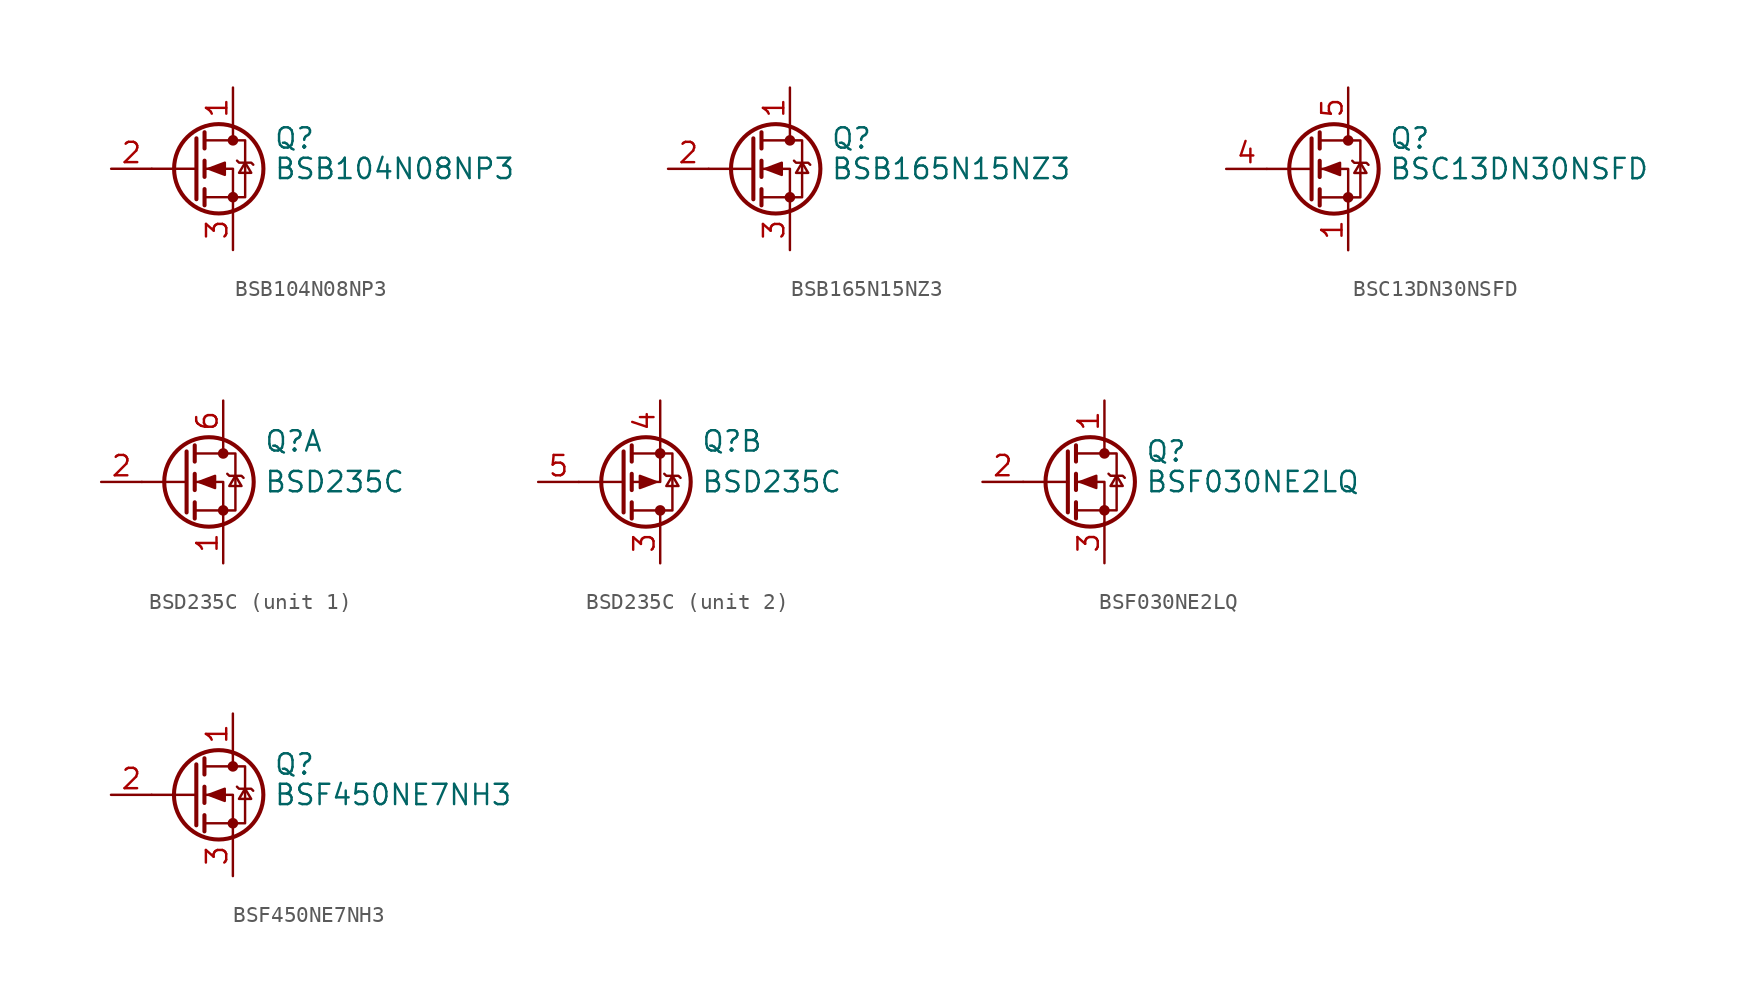
<source format=kicad_sym>
(kicad_symbol_lib
  (version 20241209)
  (generator "kicad_symbol_editor")
  (generator_version "9.0")
  (symbol "BSB104N08NP3"
    (pin_names
      (hide yes))
    (property "Reference" "Q"
      (at 5.08 1.905 0)
      (effects (font (size 1.27 1.27)) (justify left)))
    (property "Value" "BSB104N08NP3"
      (at 5.08 0 0)
      (effects (font (size 1.27 1.27)) (justify left)))
    (symbol "BSB104N08NP3_0_1"
      (polyline (pts (xy 0.254 1.905) (xy 0.254 -1.905)) (stroke (width 0.254) (type default)) (fill (type none)))
      (polyline (pts (xy 0.254 0) (xy -2.54 0)) (stroke (width 0) (type default)) (fill (type none)))
      (polyline (pts (xy 0.762 2.286) (xy 0.762 1.27)) (stroke (width 0.254) (type default)) (fill (type none)))
      (polyline (pts (xy 0.762 0.508) (xy 0.762 -0.508)) (stroke (width 0.254) (type default)) (fill (type none)))
      (polyline (pts (xy 0.762 -1.27) (xy 0.762 -2.286)) (stroke (width 0.254) (type default)) (fill (type none)))
      (polyline (pts (xy 0.762 -1.778) (xy 3.302 -1.778) (xy 3.302 1.778) (xy 0.762 1.778)) (stroke (width 0) (type default)) (fill (type none)))
      (polyline (pts (xy 1.016 0) (xy 2.032 0.381) (xy 2.032 -0.381) (xy 1.016 0)) (stroke (width 0) (type default)) (fill (type outline)))
      (circle (center 1.651 0) (radius 2.794) (stroke (width 0.254) (type default)) (fill (type none)))
      (polyline (pts (xy 2.54 2.54) (xy 2.54 1.778)) (stroke (width 0) (type default)) (fill (type none)))
      (circle (center 2.54 1.778) (radius 0.254) (stroke (width 0) (type default)) (fill (type outline)))
      (circle (center 2.54 -1.778) (radius 0.254) (stroke (width 0) (type default)) (fill (type outline)))
      (polyline (pts (xy 2.54 -2.54) (xy 2.54 0) (xy 0.762 0)) (stroke (width 0) (type default)) (fill (type none)))
      (polyline (pts (xy 2.794 0.508) (xy 2.921 0.381) (xy 3.683 0.381) (xy 3.81 0.254)) (stroke (width 0) (type default)) (fill (type none)))
      (polyline (pts (xy 3.302 0.381) (xy 2.921 -0.254) (xy 3.683 -0.254) (xy 3.302 0.381)) (stroke (width 0) (type default)) (fill (type none))))
    (symbol "BSB104N08NP3_1_1"
      (pin input line (at -5.08 0 0) (length 2.54) (name "G" (effects (font (size 1.27 1.27)))) (number "2" (effects (font (size 1.27 1.27)))))
      (pin passive line (at 2.54 5.08 270) (length 2.54) (name "D" (effects (font (size 1.27 1.27)))) (number "1" (effects (font (size 1.27 1.27)))))
      (pin passive line (at 2.54 -5.08 90) (length 2.54) (name "S" (effects (font (size 1.27 1.27)))) (number "3" (effects (font (size 1.27 1.27)))))))
  (symbol "BSB165N15NZ3"
    (pin_names
      (hide yes))
    (property "Reference" "Q"
      (at 5.08 1.905 0)
      (effects (font (size 1.27 1.27)) (justify left)))
    (property "Value" "BSB165N15NZ3"
      (at 5.08 0 0)
      (effects (font (size 1.27 1.27)) (justify left)))
    (symbol "BSB165N15NZ3_0_1"
      (polyline (pts (xy 0.254 1.905) (xy 0.254 -1.905)) (stroke (width 0.254) (type default)) (fill (type none)))
      (polyline (pts (xy 0.254 0) (xy -2.54 0)) (stroke (width 0) (type default)) (fill (type none)))
      (polyline (pts (xy 0.762 2.286) (xy 0.762 1.27)) (stroke (width 0.254) (type default)) (fill (type none)))
      (polyline (pts (xy 0.762 0.508) (xy 0.762 -0.508)) (stroke (width 0.254) (type default)) (fill (type none)))
      (polyline (pts (xy 0.762 -1.27) (xy 0.762 -2.286)) (stroke (width 0.254) (type default)) (fill (type none)))
      (polyline (pts (xy 0.762 -1.778) (xy 3.302 -1.778) (xy 3.302 1.778) (xy 0.762 1.778)) (stroke (width 0) (type default)) (fill (type none)))
      (polyline (pts (xy 1.016 0) (xy 2.032 0.381) (xy 2.032 -0.381) (xy 1.016 0)) (stroke (width 0) (type default)) (fill (type outline)))
      (circle (center 1.651 0) (radius 2.794) (stroke (width 0.254) (type default)) (fill (type none)))
      (polyline (pts (xy 2.54 2.54) (xy 2.54 1.778)) (stroke (width 0) (type default)) (fill (type none)))
      (circle (center 2.54 1.778) (radius 0.254) (stroke (width 0) (type default)) (fill (type outline)))
      (circle (center 2.54 -1.778) (radius 0.254) (stroke (width 0) (type default)) (fill (type outline)))
      (polyline (pts (xy 2.54 -2.54) (xy 2.54 0) (xy 0.762 0)) (stroke (width 0) (type default)) (fill (type none)))
      (polyline (pts (xy 2.794 0.508) (xy 2.921 0.381) (xy 3.683 0.381) (xy 3.81 0.254)) (stroke (width 0) (type default)) (fill (type none)))
      (polyline (pts (xy 3.302 0.381) (xy 2.921 -0.254) (xy 3.683 -0.254) (xy 3.302 0.381)) (stroke (width 0) (type default)) (fill (type none))))
    (symbol "BSB165N15NZ3_1_1"
      (pin input line (at -5.08 0 0) (length 2.54) (name "G" (effects (font (size 1.27 1.27)))) (number "2" (effects (font (size 1.27 1.27)))))
      (pin passive line (at 2.54 5.08 270) (length 2.54) (name "D" (effects (font (size 1.27 1.27)))) (number "1" (effects (font (size 1.27 1.27)))))
      (pin passive line (at 2.54 -5.08 90) (length 2.54) (name "S" (effects (font (size 1.27 1.27)))) (number "3" (effects (font (size 1.27 1.27)))))))
  (symbol "BSC13DN30NSFD"
    (pin_names
      (hide yes))
    (property "Reference" "Q"
      (at 5.08 1.905 0)
      (effects (font (size 1.27 1.27)) (justify left)))
    (property "Value" "BSC13DN30NSFD"
      (at 5.08 0 0)
      (effects (font (size 1.27 1.27)) (justify left)))
    (symbol "BSC13DN30NSFD_0_1"
      (polyline (pts (xy 0.254 1.905) (xy 0.254 -1.905)) (stroke (width 0.254) (type default)) (fill (type none)))
      (polyline (pts (xy 0.254 0) (xy -2.54 0)) (stroke (width 0) (type default)) (fill (type none)))
      (polyline (pts (xy 0.762 2.286) (xy 0.762 1.27)) (stroke (width 0.254) (type default)) (fill (type none)))
      (polyline (pts (xy 0.762 0.508) (xy 0.762 -0.508)) (stroke (width 0.254) (type default)) (fill (type none)))
      (polyline (pts (xy 0.762 -1.27) (xy 0.762 -2.286)) (stroke (width 0.254) (type default)) (fill (type none)))
      (polyline (pts (xy 0.762 -1.778) (xy 3.302 -1.778) (xy 3.302 1.778) (xy 0.762 1.778)) (stroke (width 0) (type default)) (fill (type none)))
      (polyline (pts (xy 1.016 0) (xy 2.032 0.381) (xy 2.032 -0.381) (xy 1.016 0)) (stroke (width 0) (type default)) (fill (type outline)))
      (circle (center 1.651 0) (radius 2.794) (stroke (width 0.254) (type default)) (fill (type none)))
      (polyline (pts (xy 2.54 2.54) (xy 2.54 1.778)) (stroke (width 0) (type default)) (fill (type none)))
      (circle (center 2.54 1.778) (radius 0.254) (stroke (width 0) (type default)) (fill (type outline)))
      (circle (center 2.54 -1.778) (radius 0.254) (stroke (width 0) (type default)) (fill (type outline)))
      (polyline (pts (xy 2.54 -2.54) (xy 2.54 0) (xy 0.762 0)) (stroke (width 0) (type default)) (fill (type none)))
      (polyline (pts (xy 2.794 0.508) (xy 2.921 0.381) (xy 3.683 0.381) (xy 3.81 0.254)) (stroke (width 0) (type default)) (fill (type none)))
      (polyline (pts (xy 3.302 0.381) (xy 2.921 -0.254) (xy 3.683 -0.254) (xy 3.302 0.381)) (stroke (width 0) (type default)) (fill (type none))))
    (symbol "BSC13DN30NSFD_1_1"
      (pin passive line (at -5.08 0 0) (length 2.54) (name "G" (effects (font (size 1.27 1.27)))) (number "4" (effects (font (size 1.27 1.27)))))
      (pin passive line (at 2.54 5.08 270) (length 2.54) (name "D" (effects (font (size 1.27 1.27)))) (number "5" (effects (font (size 1.27 1.27)))))
      (pin passive line (at 2.54 -5.08 90) (length 2.54) (name "S" (effects (font (size 1.27 1.27)))) (number "1" (effects (font (size 1.27 1.27)))))
      (pin passive line (at 2.54 -5.08 90) (length 2.54) (hide yes) (name "S" (effects (font (size 1.27 1.27)))) (number "2" (effects (font (size 1.27 1.27)))))
      (pin passive line (at 2.54 -5.08 90) (length 2.54) (hide yes) (name "S" (effects (font (size 1.27 1.27)))) (number "3" (effects (font (size 1.27 1.27)))))))
  (symbol "BSD235C"
    (pin_names
      (hide yes))
    (property "Reference" "Q"
      (at 5.08 2.54 0)
      (effects (font (size 1.27 1.27)) (justify left)))
    (property "Value" "BSD235C"
      (at 5.08 0 0)
      (effects (font (size 1.27 1.27)) (justify left)))
    (symbol "BSD235C_1_1"
      (polyline (pts (xy 0.254 0) (xy -2.54 0)) (stroke (width 0) (type default)) (fill (type none)))
      (polyline (pts (xy 0.254 -1.905) (xy 0.254 1.905)) (stroke (width 0.254) (type default)) (fill (type none)))
      (polyline (pts (xy 0.762 1.778) (xy 3.302 1.778) (xy 3.302 -1.778) (xy 0.762 -1.778)) (stroke (width 0) (type default)) (fill (type none)))
      (polyline (pts (xy 0.762 1.27) (xy 0.762 2.286)) (stroke (width 0.254) (type default)) (fill (type none)))
      (polyline (pts (xy 0.762 -0.508) (xy 0.762 0.508)) (stroke (width 0.254) (type default)) (fill (type none)))
      (polyline (pts (xy 0.762 -2.286) (xy 0.762 -1.27)) (stroke (width 0.254) (type default)) (fill (type none)))
      (polyline (pts (xy 1.016 0) (xy 2.032 -0.381) (xy 2.032 0.381) (xy 1.016 0)) (stroke (width 0) (type default)) (fill (type outline)))
      (circle (center 1.651 0) (radius 2.794) (stroke (width 0.254) (type default)) (fill (type none)))
      (polyline (pts (xy 2.54 1.905) (xy 2.54 2.54)) (stroke (width 0) (type default)) (fill (type none)))
      (circle (center 2.54 1.778) (radius 0.254) (stroke (width 0) (type default)) (fill (type outline)))
      (circle (center 2.54 -1.778) (radius 0.254) (stroke (width 0) (type default)) (fill (type outline)))
      (polyline (pts (xy 2.54 -2.54) (xy 2.54 0) (xy 0.762 0)) (stroke (width 0) (type default)) (fill (type none)))
      (polyline (pts (xy 2.794 0.508) (xy 2.921 0.381) (xy 3.683 0.381) (xy 3.81 0.254)) (stroke (width 0) (type default)) (fill (type none)))
      (polyline (pts (xy 3.302 0.381) (xy 2.921 -0.254) (xy 3.683 -0.254) (xy 3.302 0.381)) (stroke (width 0) (type default)) (fill (type none)))
      (pin input line (at -5.08 0 0) (length 2.54) (name "GN" (effects (font (size 1.27 1.27)))) (number "2" (effects (font (size 1.27 1.27)))))
      (pin passive line (at 2.54 5.08 270) (length 2.54) (name "DN" (effects (font (size 1.27 1.27)))) (number "6" (effects (font (size 1.27 1.27)))))
      (pin passive line (at 2.54 -5.08 90) (length 2.54) (name "SN" (effects (font (size 1.27 1.27)))) (number "1" (effects (font (size 1.27 1.27))))))
    (symbol "BSD235C_2_1"
      (polyline (pts (xy 0.254 1.905) (xy 0.254 -1.905)) (stroke (width 0.254) (type default)) (fill (type none)))
      (polyline (pts (xy 0.254 0) (xy -2.54 0)) (stroke (width 0) (type default)) (fill (type none)))
      (polyline (pts (xy 0.762 2.286) (xy 0.762 1.27)) (stroke (width 0.254) (type default)) (fill (type none)))
      (polyline (pts (xy 0.762 0.508) (xy 0.762 -0.508)) (stroke (width 0.254) (type default)) (fill (type none)))
      (polyline (pts (xy 0.762 -1.27) (xy 0.762 -2.286)) (stroke (width 0.254) (type default)) (fill (type none)))
      (polyline (pts (xy 0.762 -1.778) (xy 3.302 -1.778) (xy 3.302 1.778) (xy 0.762 1.778)) (stroke (width 0) (type default)) (fill (type none)))
      (circle (center 1.651 0) (radius 2.794) (stroke (width 0.254) (type default)) (fill (type none)))
      (polyline (pts (xy 2.286 0) (xy 1.27 -0.381) (xy 1.27 0.381) (xy 2.286 0)) (stroke (width 0) (type default)) (fill (type outline)))
      (polyline (pts (xy 2.54 2.54) (xy 2.54 0) (xy 0.762 0)) (stroke (width 0) (type default)) (fill (type none)))
      (circle (center 2.54 1.778) (radius 0.254) (stroke (width 0) (type default)) (fill (type outline)))
      (circle (center 2.54 -1.778) (radius 0.254) (stroke (width 0) (type default)) (fill (type outline)))
      (polyline (pts (xy 2.54 -1.905) (xy 2.54 -2.54)) (stroke (width 0) (type default)) (fill (type none)))
      (polyline (pts (xy 2.794 0.508) (xy 2.921 0.381) (xy 3.683 0.381) (xy 3.81 0.254)) (stroke (width 0) (type default)) (fill (type none)))
      (polyline (pts (xy 3.302 0.381) (xy 2.921 -0.254) (xy 3.683 -0.254) (xy 3.302 0.381)) (stroke (width 0) (type default)) (fill (type none)))
      (pin input line (at -5.08 0 0) (length 2.54) (name "GP" (effects (font (size 1.27 1.27)))) (number "5" (effects (font (size 1.27 1.27)))))
      (pin passive line (at 2.54 5.08 270) (length 2.54) (name "SP" (effects (font (size 1.27 1.27)))) (number "4" (effects (font (size 1.27 1.27)))))
      (pin passive line (at 2.54 -5.08 90) (length 2.54) (name "DP" (effects (font (size 1.27 1.27)))) (number "3" (effects (font (size 1.27 1.27)))))))
  (symbol "BSF030NE2LQ"
    (pin_names
      (hide yes))
    (property "Reference" "Q"
      (at 5.08 1.905 0)
      (effects (font (size 1.27 1.27)) (justify left)))
    (property "Value" "BSF030NE2LQ"
      (at 5.08 0 0)
      (effects (font (size 1.27 1.27)) (justify left)))
    (symbol "BSF030NE2LQ_0_1"
      (polyline (pts (xy 0.254 1.905) (xy 0.254 -1.905)) (stroke (width 0.254) (type default)) (fill (type none)))
      (polyline (pts (xy 0.254 0) (xy -2.54 0)) (stroke (width 0) (type default)) (fill (type none)))
      (polyline (pts (xy 0.762 2.286) (xy 0.762 1.27)) (stroke (width 0.254) (type default)) (fill (type none)))
      (polyline (pts (xy 0.762 0.508) (xy 0.762 -0.508)) (stroke (width 0.254) (type default)) (fill (type none)))
      (polyline (pts (xy 0.762 -1.27) (xy 0.762 -2.286)) (stroke (width 0.254) (type default)) (fill (type none)))
      (polyline (pts (xy 0.762 -1.778) (xy 3.302 -1.778) (xy 3.302 1.778) (xy 0.762 1.778)) (stroke (width 0) (type default)) (fill (type none)))
      (polyline (pts (xy 1.016 0) (xy 2.032 0.381) (xy 2.032 -0.381) (xy 1.016 0)) (stroke (width 0) (type default)) (fill (type outline)))
      (circle (center 1.651 0) (radius 2.794) (stroke (width 0.254) (type default)) (fill (type none)))
      (polyline (pts (xy 2.54 2.54) (xy 2.54 1.778)) (stroke (width 0) (type default)) (fill (type none)))
      (circle (center 2.54 1.778) (radius 0.254) (stroke (width 0) (type default)) (fill (type outline)))
      (circle (center 2.54 -1.778) (radius 0.254) (stroke (width 0) (type default)) (fill (type outline)))
      (polyline (pts (xy 2.54 -2.54) (xy 2.54 0) (xy 0.762 0)) (stroke (width 0) (type default)) (fill (type none)))
      (polyline (pts (xy 2.794 0.508) (xy 2.921 0.381) (xy 3.683 0.381) (xy 3.81 0.254)) (stroke (width 0) (type default)) (fill (type none)))
      (polyline (pts (xy 3.302 0.381) (xy 2.921 -0.254) (xy 3.683 -0.254) (xy 3.302 0.381)) (stroke (width 0) (type default)) (fill (type none))))
    (symbol "BSF030NE2LQ_1_1"
      (pin input line (at -5.08 0 0) (length 2.54) (name "G" (effects (font (size 1.27 1.27)))) (number "2" (effects (font (size 1.27 1.27)))))
      (pin passive line (at 2.54 5.08 270) (length 2.54) (name "D" (effects (font (size 1.27 1.27)))) (number "1" (effects (font (size 1.27 1.27)))))
      (pin passive line (at 2.54 -5.08 90) (length 2.54) (name "S" (effects (font (size 1.27 1.27)))) (number "3" (effects (font (size 1.27 1.27)))))))
  (symbol "BSF450NE7NH3"
    (pin_names
      (hide yes))
    (property "Reference" "Q"
      (at 5.08 1.905 0)
      (effects (font (size 1.27 1.27)) (justify left)))
    (property "Value" "BSF450NE7NH3"
      (at 5.08 0 0)
      (effects (font (size 1.27 1.27)) (justify left)))
    (symbol "BSF450NE7NH3_0_1"
      (polyline (pts (xy 0.254 1.905) (xy 0.254 -1.905)) (stroke (width 0.254) (type default)) (fill (type none)))
      (polyline (pts (xy 0.254 0) (xy -2.54 0)) (stroke (width 0) (type default)) (fill (type none)))
      (polyline (pts (xy 0.762 2.286) (xy 0.762 1.27)) (stroke (width 0.254) (type default)) (fill (type none)))
      (polyline (pts (xy 0.762 0.508) (xy 0.762 -0.508)) (stroke (width 0.254) (type default)) (fill (type none)))
      (polyline (pts (xy 0.762 -1.27) (xy 0.762 -2.286)) (stroke (width 0.254) (type default)) (fill (type none)))
      (polyline (pts (xy 0.762 -1.778) (xy 3.302 -1.778) (xy 3.302 1.778) (xy 0.762 1.778)) (stroke (width 0) (type default)) (fill (type none)))
      (polyline (pts (xy 1.016 0) (xy 2.032 0.381) (xy 2.032 -0.381) (xy 1.016 0)) (stroke (width 0) (type default)) (fill (type outline)))
      (circle (center 1.651 0) (radius 2.794) (stroke (width 0.254) (type default)) (fill (type none)))
      (polyline (pts (xy 2.54 2.54) (xy 2.54 1.778)) (stroke (width 0) (type default)) (fill (type none)))
      (circle (center 2.54 1.778) (radius 0.254) (stroke (width 0) (type default)) (fill (type outline)))
      (circle (center 2.54 -1.778) (radius 0.254) (stroke (width 0) (type default)) (fill (type outline)))
      (polyline (pts (xy 2.54 -2.54) (xy 2.54 0) (xy 0.762 0)) (stroke (width 0) (type default)) (fill (type none)))
      (polyline (pts (xy 2.794 0.508) (xy 2.921 0.381) (xy 3.683 0.381) (xy 3.81 0.254)) (stroke (width 0) (type default)) (fill (type none)))
      (polyline (pts (xy 3.302 0.381) (xy 2.921 -0.254) (xy 3.683 -0.254) (xy 3.302 0.381)) (stroke (width 0) (type default)) (fill (type none))))
    (symbol "BSF450NE7NH3_1_1"
      (pin input line (at -5.08 0 0) (length 2.54) (name "G" (effects (font (size 1.27 1.27)))) (number "2" (effects (font (size 1.27 1.27)))))
      (pin passive line (at 2.54 5.08 270) (length 2.54) (name "D" (effects (font (size 1.27 1.27)))) (number "1" (effects (font (size 1.27 1.27)))))
      (pin passive line (at 2.54 -5.08 90) (length 2.54) (name "S" (effects (font (size 1.27 1.27)))) (number "3" (effects (font (size 1.27 1.27))))))))
</source>
